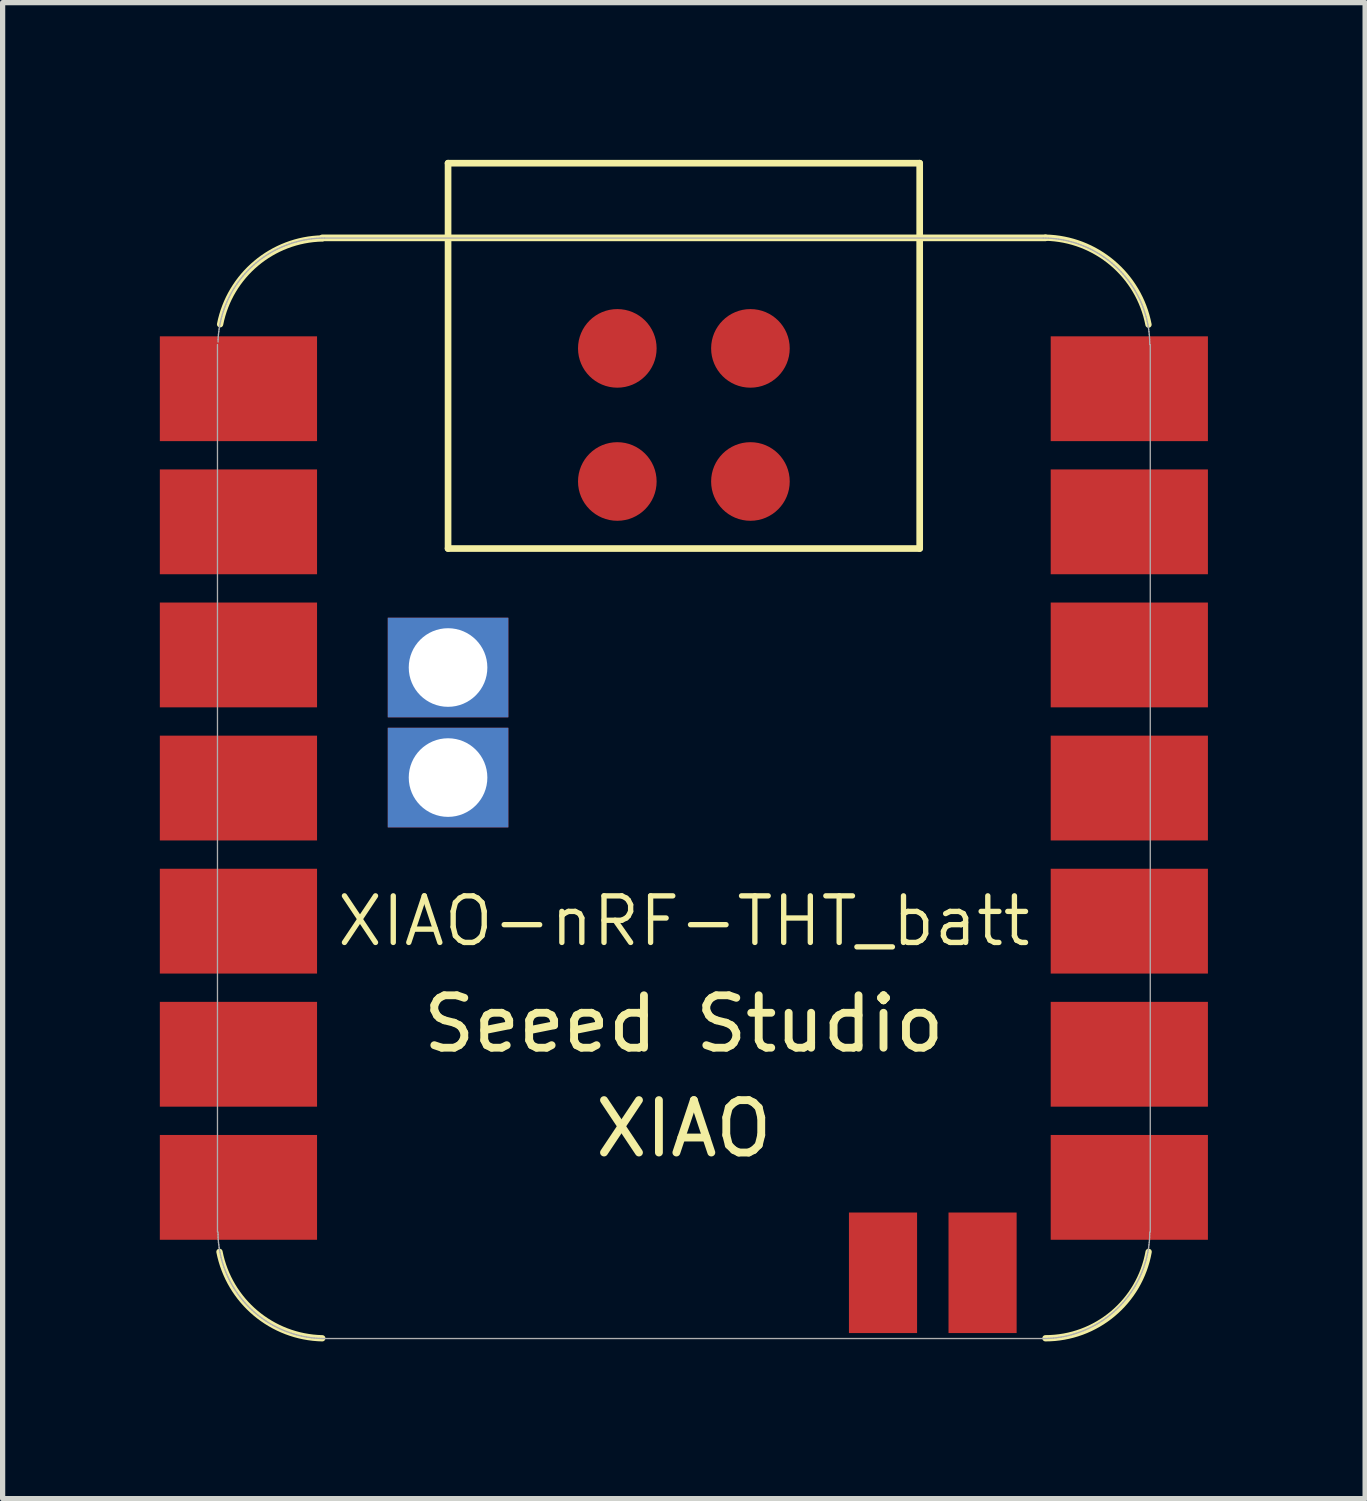
<source format=kicad_pcb>
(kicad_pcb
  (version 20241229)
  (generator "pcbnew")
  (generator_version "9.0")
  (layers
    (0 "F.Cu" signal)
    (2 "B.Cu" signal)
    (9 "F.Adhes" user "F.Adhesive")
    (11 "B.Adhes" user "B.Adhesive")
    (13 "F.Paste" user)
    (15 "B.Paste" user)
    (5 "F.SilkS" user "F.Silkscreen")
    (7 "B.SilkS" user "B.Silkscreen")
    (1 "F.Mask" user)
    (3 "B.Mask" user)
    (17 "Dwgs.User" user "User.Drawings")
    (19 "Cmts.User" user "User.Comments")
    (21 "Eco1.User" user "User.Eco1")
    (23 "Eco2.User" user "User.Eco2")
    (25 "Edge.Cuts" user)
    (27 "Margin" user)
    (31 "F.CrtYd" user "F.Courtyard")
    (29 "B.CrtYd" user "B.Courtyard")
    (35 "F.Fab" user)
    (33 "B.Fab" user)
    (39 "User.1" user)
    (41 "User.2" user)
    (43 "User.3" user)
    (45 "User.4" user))
  (footprint "XIAO-nRF-THT_batt"
    (layer "F.Cu")
    (at 10 11.988)
    (property "Reference" "XIAO-nRF-THT_batt" (at 0 2.54 0) (layer "F.SilkS") (effects (font (size 0.889 0.889) (thickness 0.102))))
    (attr smd)
    (fp_line (start -4.5 -11.924) (end 4.5 -11.924) (stroke (width 0.127) (type solid)) (layer "F.SilkS"))
    (fp_line (start -4.5 -4.571) (end -4.5 -11.924) (stroke (width 0.127) (type solid)) (layer "F.SilkS"))
    (fp_line (start 4.5 -11.924) (end 4.5 -4.571) (stroke (width 0.127) (type solid)) (layer "F.SilkS"))
    (fp_line (start 4.5 -4.571) (end -4.5 -4.571) (stroke (width 0.127) (type solid)) (layer "F.SilkS"))
    (fp_line (start 6.9 -10.499) (end -6.9 -10.499) (stroke (width 0.127) (type solid)) (layer "F.SilkS"))
    (fp_arc (start -8.85 -8.85) (mid -8.163154 -10.01229) (end -6.899743 -10.488176) (stroke (width 0.12) (type solid)) (layer "F.SilkS"))
    (fp_arc (start -6.899996 10.499835) (mid -8.171468 10.020412) (end -8.861848 8.85) (stroke (width 0.12) (type solid)) (layer "F.SilkS"))
    (fp_arc (start 6.900061 -10.502778) (mid 8.176198 -10.020401) (end 8.866158 -8.843469) (stroke (width 0.12) (type solid)) (layer "F.SilkS"))
    (fp_arc (start 8.868662 8.85) (mid 8.184191 10.032639) (end 6.9 10.499532) (stroke (width 0.12) (type solid)) (layer "F.SilkS"))
    (fp_line (start -8.9 -8.463) (end -8.9 8.473) (stroke (width 0.025) (type solid)) (layer "F.Fab"))
    (fp_line (start -8.89 8.473) (end -8.889 8.522) (stroke (width 0.025) (type solid)) (layer "F.Fab"))
    (fp_line (start -8.889 8.522) (end -8.888 8.571) (stroke (width 0.025) (type solid)) (layer "F.Fab"))
    (fp_line (start -8.888 -8.562) (end -8.889 -8.512) (stroke (width 0.025) (type solid)) (layer "F.Fab"))
    (fp_line (start -8.888 8.571) (end -8.885 8.62) (stroke (width 0.025) (type solid)) (layer "F.Fab"))
    (fp_line (start -8.885 -8.61) (end -8.888 -8.562) (stroke (width 0.025) (type solid)) (layer "F.Fab"))
    (fp_line (start -8.885 8.62) (end -8.881 8.669) (stroke (width 0.025) (type solid)) (layer "F.Fab"))
    (fp_line (start -8.881 -8.659) (end -8.885 -8.61) (stroke (width 0.025) (type solid)) (layer "F.Fab"))
    (fp_line (start -8.881 8.669) (end -8.875 8.717) (stroke (width 0.025) (type solid)) (layer "F.Fab"))
    (fp_line (start -8.875 -8.708) (end -8.881 -8.659) (stroke (width 0.025) (type solid)) (layer "F.Fab"))
    (fp_line (start -8.875 8.717) (end -8.869 8.766) (stroke (width 0.025) (type solid)) (layer "F.Fab"))
    (fp_line (start -8.869 -8.757) (end -8.875 -8.708) (stroke (width 0.025) (type solid)) (layer "F.Fab"))
    (fp_line (start -8.869 8.766) (end -8.861 8.815) (stroke (width 0.025) (type solid)) (layer "F.Fab"))
    (fp_line (start -8.861 -8.806) (end -8.869 -8.757) (stroke (width 0.025) (type solid)) (layer "F.Fab"))
    (fp_line (start -8.861 8.815) (end -8.852 8.863) (stroke (width 0.025) (type solid)) (layer "F.Fab"))
    (fp_line (start -8.852 -8.854) (end -8.861 -8.806) (stroke (width 0.025) (type solid)) (layer "F.Fab"))
    (fp_line (start -8.852 8.863) (end -8.842 8.911) (stroke (width 0.025) (type solid)) (layer "F.Fab"))
    (fp_line (start -8.842 -8.902) (end -8.852 -8.854) (stroke (width 0.025) (type solid)) (layer "F.Fab"))
    (fp_line (start -8.842 8.911) (end -8.831 8.959) (stroke (width 0.025) (type solid)) (layer "F.Fab"))
    (fp_line (start -8.831 -8.95) (end -8.842 -8.902) (stroke (width 0.025) (type solid)) (layer "F.Fab"))
    (fp_line (start -8.831 8.959) (end -8.819 9.006) (stroke (width 0.025) (type solid)) (layer "F.Fab"))
    (fp_line (start -8.819 -8.997) (end -8.831 -8.95) (stroke (width 0.025) (type solid)) (layer "F.Fab"))
    (fp_line (start -8.819 9.006) (end -8.805 9.054) (stroke (width 0.025) (type solid)) (layer "F.Fab"))
    (fp_line (start -8.805 -9.045) (end -8.819 -8.997) (stroke (width 0.025) (type solid)) (layer "F.Fab"))
    (fp_line (start -8.805 9.054) (end -8.79 9.1) (stroke (width 0.025) (type solid)) (layer "F.Fab"))
    (fp_line (start -8.79 -9.091) (end -8.805 -9.045) (stroke (width 0.025) (type solid)) (layer "F.Fab"))
    (fp_line (start -8.79 9.1) (end -8.775 9.147) (stroke (width 0.025) (type solid)) (layer "F.Fab"))
    (fp_line (start -8.775 -9.138) (end -8.79 -9.091) (stroke (width 0.025) (type solid)) (layer "F.Fab"))
    (fp_line (start -8.775 9.147) (end -8.758 9.193) (stroke (width 0.025) (type solid)) (layer "F.Fab"))
    (fp_line (start -8.758 -9.184) (end -8.775 -9.138) (stroke (width 0.025) (type solid)) (layer "F.Fab"))
    (fp_line (start -8.758 9.193) (end -8.74 9.239) (stroke (width 0.025) (type solid)) (layer "F.Fab"))
    (fp_line (start -8.74 -9.23) (end -8.758 -9.184) (stroke (width 0.025) (type solid)) (layer "F.Fab"))
    (fp_line (start -8.74 9.239) (end -8.721 9.284) (stroke (width 0.025) (type solid)) (layer "F.Fab"))
    (fp_line (start -8.721 -9.275) (end -8.74 -9.23) (stroke (width 0.025) (type solid)) (layer "F.Fab"))
    (fp_line (start -8.721 9.284) (end -8.701 9.329) (stroke (width 0.025) (type solid)) (layer "F.Fab"))
    (fp_line (start -8.701 -9.32) (end -8.721 -9.275) (stroke (width 0.025) (type solid)) (layer "F.Fab"))
    (fp_line (start -8.701 9.329) (end -8.679 9.373) (stroke (width 0.025) (type solid)) (layer "F.Fab"))
    (fp_line (start -8.679 -9.364) (end -8.701 -9.32) (stroke (width 0.025) (type solid)) (layer "F.Fab"))
    (fp_line (start -8.679 9.373) (end -8.657 9.417) (stroke (width 0.025) (type solid)) (layer "F.Fab"))
    (fp_line (start -8.657 -9.408) (end -8.679 -9.364) (stroke (width 0.025) (type solid)) (layer "F.Fab"))
    (fp_line (start -8.657 9.417) (end -8.634 9.46) (stroke (width 0.025) (type solid)) (layer "F.Fab"))
    (fp_line (start -8.634 -9.451) (end -8.657 -9.408) (stroke (width 0.025) (type solid)) (layer "F.Fab"))
    (fp_line (start -8.634 9.46) (end -8.61 9.503) (stroke (width 0.025) (type solid)) (layer "F.Fab"))
    (fp_line (start -8.61 -9.494) (end -8.634 -9.451) (stroke (width 0.025) (type solid)) (layer "F.Fab"))
    (fp_line (start -8.61 9.503) (end -8.584 9.545) (stroke (width 0.025) (type solid)) (layer "F.Fab"))
    (fp_line (start -8.584 -9.536) (end -8.61 -9.494) (stroke (width 0.025) (type solid)) (layer "F.Fab"))
    (fp_line (start -8.584 9.545) (end -8.558 9.586) (stroke (width 0.025) (type solid)) (layer "F.Fab"))
    (fp_line (start -8.558 -9.577) (end -8.584 -9.536) (stroke (width 0.025) (type solid)) (layer "F.Fab"))
    (fp_line (start -8.558 9.586) (end -8.53 9.627) (stroke (width 0.025) (type solid)) (layer "F.Fab"))
    (fp_line (start -8.53 -9.618) (end -8.558 -9.577) (stroke (width 0.025) (type solid)) (layer "F.Fab"))
    (fp_line (start -8.53 9.627) (end -8.502 9.667) (stroke (width 0.025) (type solid)) (layer "F.Fab"))
    (fp_line (start -8.502 -9.658) (end -8.53 -9.618) (stroke (width 0.025) (type solid)) (layer "F.Fab"))
    (fp_line (start -8.502 9.667) (end -8.473 9.706) (stroke (width 0.025) (type solid)) (layer "F.Fab"))
    (fp_line (start -8.473 -9.697) (end -8.502 -9.658) (stroke (width 0.025) (type solid)) (layer "F.Fab"))
    (fp_line (start -8.473 9.706) (end -8.442 9.745) (stroke (width 0.025) (type solid)) (layer "F.Fab"))
    (fp_line (start -8.442 -9.736) (end -8.473 -9.697) (stroke (width 0.025) (type solid)) (layer "F.Fab"))
    (fp_line (start -8.442 9.745) (end -8.411 9.783) (stroke (width 0.025) (type solid)) (layer "F.Fab"))
    (fp_line (start -8.411 -9.774) (end -8.442 -9.736) (stroke (width 0.025) (type solid)) (layer "F.Fab"))
    (fp_line (start -8.411 9.783) (end -8.379 9.82) (stroke (width 0.025) (type solid)) (layer "F.Fab"))
    (fp_line (start -8.379 -9.811) (end -8.411 -9.774) (stroke (width 0.025) (type solid)) (layer "F.Fab"))
    (fp_line (start -8.379 9.82) (end -8.346 9.856) (stroke (width 0.025) (type solid)) (layer "F.Fab"))
    (fp_line (start -8.346 -9.847) (end -8.379 -9.811) (stroke (width 0.025) (type solid)) (layer "F.Fab"))
    (fp_line (start -8.346 9.856) (end -8.312 9.892) (stroke (width 0.025) (type solid)) (layer "F.Fab"))
    (fp_line (start -8.312 -9.883) (end -8.346 -9.847) (stroke (width 0.025) (type solid)) (layer "F.Fab"))
    (fp_line (start -8.312 9.892) (end -8.277 9.927) (stroke (width 0.025) (type solid)) (layer "F.Fab"))
    (fp_line (start -8.277 -9.918) (end -8.312 -9.883) (stroke (width 0.025) (type solid)) (layer "F.Fab"))
    (fp_line (start -8.277 9.927) (end -8.242 9.96) (stroke (width 0.025) (type solid)) (layer "F.Fab"))
    (fp_line (start -8.242 -9.951) (end -8.277 -9.918) (stroke (width 0.025) (type solid)) (layer "F.Fab"))
    (fp_line (start -8.242 9.96) (end -8.205 9.994) (stroke (width 0.025) (type solid)) (layer "F.Fab"))
    (fp_line (start -8.205 -9.984) (end -8.242 -9.951) (stroke (width 0.025) (type solid)) (layer "F.Fab"))
    (fp_line (start -8.205 9.994) (end -8.168 10.026) (stroke (width 0.025) (type solid)) (layer "F.Fab"))
    (fp_line (start -8.168 -10.017) (end -8.205 -9.984) (stroke (width 0.025) (type solid)) (layer "F.Fab"))
    (fp_line (start -8.168 10.026) (end -8.13 10.057) (stroke (width 0.025) (type solid)) (layer "F.Fab"))
    (fp_line (start -8.13 -10.048) (end -8.168 -10.017) (stroke (width 0.025) (type solid)) (layer "F.Fab"))
    (fp_line (start -8.13 10.057) (end -8.092 10.087) (stroke (width 0.025) (type solid)) (layer "F.Fab"))
    (fp_line (start -8.092 -10.078) (end -8.13 -10.048) (stroke (width 0.025) (type solid)) (layer "F.Fab"))
    (fp_line (start -8.092 10.087) (end -8.052 10.116) (stroke (width 0.025) (type solid)) (layer "F.Fab"))
    (fp_line (start -8.052 -10.107) (end -8.092 -10.078) (stroke (width 0.025) (type solid)) (layer "F.Fab"))
    (fp_line (start -8.052 10.116) (end -8.012 10.145) (stroke (width 0.025) (type solid)) (layer "F.Fab"))
    (fp_line (start -8.012 -10.136) (end -8.052 -10.107) (stroke (width 0.025) (type solid)) (layer "F.Fab"))
    (fp_line (start -8.012 10.145) (end -7.972 10.172) (stroke (width 0.025) (type solid)) (layer "F.Fab"))
    (fp_line (start -7.972 -10.163) (end -8.012 -10.136) (stroke (width 0.025) (type solid)) (layer "F.Fab"))
    (fp_line (start -7.972 10.172) (end -7.93 10.199) (stroke (width 0.025) (type solid)) (layer "F.Fab"))
    (fp_line (start -7.93 -10.19) (end -7.972 -10.163) (stroke (width 0.025) (type solid)) (layer "F.Fab"))
    (fp_line (start -7.93 10.199) (end -7.888 10.224) (stroke (width 0.025) (type solid)) (layer "F.Fab"))
    (fp_line (start -7.888 -10.215) (end -7.93 -10.19) (stroke (width 0.025) (type solid)) (layer "F.Fab"))
    (fp_line (start -7.888 10.224) (end -7.846 10.249) (stroke (width 0.025) (type solid)) (layer "F.Fab"))
    (fp_line (start -7.846 -10.239) (end -7.888 -10.215) (stroke (width 0.025) (type solid)) (layer "F.Fab"))
    (fp_line (start -7.846 10.249) (end -7.802 10.272) (stroke (width 0.025) (type solid)) (layer "F.Fab"))
    (fp_line (start -7.802 -10.263) (end -7.846 -10.239) (stroke (width 0.025) (type solid)) (layer "F.Fab"))
    (fp_line (start -7.802 10.272) (end -7.759 10.294) (stroke (width 0.025) (type solid)) (layer "F.Fab"))
    (fp_line (start -7.759 -10.285) (end -7.802 -10.263) (stroke (width 0.025) (type solid)) (layer "F.Fab"))
    (fp_line (start -7.759 10.294) (end -7.714 10.315) (stroke (width 0.025) (type solid)) (layer "F.Fab"))
    (fp_line (start -7.714 -10.306) (end -7.759 -10.285) (stroke (width 0.025) (type solid)) (layer "F.Fab"))
    (fp_line (start -7.714 10.315) (end -7.67 10.335) (stroke (width 0.025) (type solid)) (layer "F.Fab"))
    (fp_line (start -7.67 -10.326) (end -7.714 -10.306) (stroke (width 0.025) (type solid)) (layer "F.Fab"))
    (fp_line (start -7.67 10.335) (end -7.624 10.354) (stroke (width 0.025) (type solid)) (layer "F.Fab"))
    (fp_line (start -7.624 -10.345) (end -7.67 -10.326) (stroke (width 0.025) (type solid)) (layer "F.Fab"))
    (fp_line (start -7.624 10.354) (end -7.579 10.372) (stroke (width 0.025) (type solid)) (layer "F.Fab"))
    (fp_line (start -7.579 -10.363) (end -7.624 -10.345) (stroke (width 0.025) (type solid)) (layer "F.Fab"))
    (fp_line (start -7.579 10.372) (end -7.532 10.389) (stroke (width 0.025) (type solid)) (layer "F.Fab"))
    (fp_line (start -7.532 -10.38) (end -7.579 -10.363) (stroke (width 0.025) (type solid)) (layer "F.Fab"))
    (fp_line (start -7.532 10.389) (end -7.486 10.405) (stroke (width 0.025) (type solid)) (layer "F.Fab"))
    (fp_line (start -7.486 -10.396) (end -7.532 -10.38) (stroke (width 0.025) (type solid)) (layer "F.Fab"))
    (fp_line (start -7.486 10.405) (end -7.439 10.42) (stroke (width 0.025) (type solid)) (layer "F.Fab"))
    (fp_line (start -7.439 -10.411) (end -7.486 -10.396) (stroke (width 0.025) (type solid)) (layer "F.Fab"))
    (fp_line (start -7.439 10.42) (end -7.392 10.433) (stroke (width 0.025) (type solid)) (layer "F.Fab"))
    (fp_line (start -7.392 -10.424) (end -7.439 -10.411) (stroke (width 0.025) (type solid)) (layer "F.Fab"))
    (fp_line (start -7.392 10.433) (end -7.344 10.446) (stroke (width 0.025) (type solid)) (layer "F.Fab"))
    (fp_line (start -7.344 -10.436) (end -7.392 -10.424) (stroke (width 0.025) (type solid)) (layer "F.Fab"))
    (fp_line (start -7.344 10.446) (end -7.296 10.457) (stroke (width 0.025) (type solid)) (layer "F.Fab"))
    (fp_line (start -7.296 -10.448) (end -7.344 -10.436) (stroke (width 0.025) (type solid)) (layer "F.Fab"))
    (fp_line (start -7.296 10.457) (end -7.248 10.467) (stroke (width 0.025) (type solid)) (layer "F.Fab"))
    (fp_line (start -7.248 -10.458) (end -7.296 -10.448) (stroke (width 0.025) (type solid)) (layer "F.Fab"))
    (fp_line (start -7.248 10.467) (end -7.2 10.476) (stroke (width 0.025) (type solid)) (layer "F.Fab"))
    (fp_line (start -7.2 -10.466) (end -7.248 -10.458) (stroke (width 0.025) (type solid)) (layer "F.Fab"))
    (fp_line (start -7.2 10.476) (end -7.152 10.483) (stroke (width 0.025) (type solid)) (layer "F.Fab"))
    (fp_line (start -7.152 -10.474) (end -7.2 -10.466) (stroke (width 0.025) (type solid)) (layer "F.Fab"))
    (fp_line (start -7.152 10.483) (end -7.103 10.49) (stroke (width 0.025) (type solid)) (layer "F.Fab"))
    (fp_line (start -7.103 -10.481) (end -7.152 -10.474) (stroke (width 0.025) (type solid)) (layer "F.Fab"))
    (fp_line (start -7.103 10.49) (end -7.054 10.495) (stroke (width 0.025) (type solid)) (layer "F.Fab"))
    (fp_line (start -7.054 -10.486) (end -7.103 -10.481) (stroke (width 0.025) (type solid)) (layer "F.Fab"))
    (fp_line (start -7.054 10.495) (end -7.005 10.499) (stroke (width 0.025) (type solid)) (layer "F.Fab"))
    (fp_line (start -7.005 -10.49) (end -7.054 -10.486) (stroke (width 0.025) (type solid)) (layer "F.Fab"))
    (fp_line (start -7.005 10.499) (end -6.956 10.502) (stroke (width 0.025) (type solid)) (layer "F.Fab"))
    (fp_line (start -6.956 -10.493) (end -7.005 -10.49) (stroke (width 0.025) (type solid)) (layer "F.Fab"))
    (fp_line (start -6.956 10.502) (end -6.907 10.504) (stroke (width 0.025) (type solid)) (layer "F.Fab"))
    (fp_line (start -6.907 -10.495) (end -6.956 -10.493) (stroke (width 0.025) (type solid)) (layer "F.Fab"))
    (fp_line (start -6.907 10.504) (end -6.858 10.505) (stroke (width 0.025) (type solid)) (layer "F.Fab"))
    (fp_line (start -6.858 -10.495) (end -6.907 -10.495) (stroke (width 0.025) (type solid)) (layer "F.Fab"))
    (fp_line (start -6.858 10.505) (end 6.858 10.505) (stroke (width 0.025) (type solid)) (layer "F.Fab"))
    (fp_line (start 6.858 -10.495) (end -6.858 -10.495) (stroke (width 0.025) (type solid)) (layer "F.Fab"))
    (fp_line (start 6.858 10.505) (end 6.907 10.504) (stroke (width 0.025) (type solid)) (layer "F.Fab"))
    (fp_line (start 6.907 -10.495) (end 6.858 -10.495) (stroke (width 0.025) (type solid)) (layer "F.Fab"))
    (fp_line (start 6.907 10.504) (end 6.956 10.502) (stroke (width 0.025) (type solid)) (layer "F.Fab"))
    (fp_line (start 6.956 -10.493) (end 6.907 -10.495) (stroke (width 0.025) (type solid)) (layer "F.Fab"))
    (fp_line (start 6.956 10.502) (end 7.005 10.499) (stroke (width 0.025) (type solid)) (layer "F.Fab"))
    (fp_line (start 7.005 -10.49) (end 6.956 -10.493) (stroke (width 0.025) (type solid)) (layer "F.Fab"))
    (fp_line (start 7.005 10.499) (end 7.054 10.495) (stroke (width 0.025) (type solid)) (layer "F.Fab"))
    (fp_line (start 7.054 -10.486) (end 7.005 -10.49) (stroke (width 0.025) (type solid)) (layer "F.Fab"))
    (fp_line (start 7.054 10.495) (end 7.103 10.49) (stroke (width 0.025) (type solid)) (layer "F.Fab"))
    (fp_line (start 7.103 -10.481) (end 7.054 -10.486) (stroke (width 0.025) (type solid)) (layer "F.Fab"))
    (fp_line (start 7.103 10.49) (end 7.152 10.483) (stroke (width 0.025) (type solid)) (layer "F.Fab"))
    (fp_line (start 7.152 -10.474) (end 7.103 -10.481) (stroke (width 0.025) (type solid)) (layer "F.Fab"))
    (fp_line (start 7.152 10.483) (end 7.2 10.476) (stroke (width 0.025) (type solid)) (layer "F.Fab"))
    (fp_line (start 7.2 -10.466) (end 7.152 -10.474) (stroke (width 0.025) (type solid)) (layer "F.Fab"))
    (fp_line (start 7.2 10.476) (end 7.248 10.467) (stroke (width 0.025) (type solid)) (layer "F.Fab"))
    (fp_line (start 7.248 -10.458) (end 7.2 -10.466) (stroke (width 0.025) (type solid)) (layer "F.Fab"))
    (fp_line (start 7.248 10.467) (end 7.296 10.457) (stroke (width 0.025) (type solid)) (layer "F.Fab"))
    (fp_line (start 7.296 -10.448) (end 7.248 -10.458) (stroke (width 0.025) (type solid)) (layer "F.Fab"))
    (fp_line (start 7.296 10.457) (end 7.344 10.446) (stroke (width 0.025) (type solid)) (layer "F.Fab"))
    (fp_line (start 7.344 -10.436) (end 7.296 -10.448) (stroke (width 0.025) (type solid)) (layer "F.Fab"))
    (fp_line (start 7.344 10.446) (end 7.392 10.433) (stroke (width 0.025) (type solid)) (layer "F.Fab"))
    (fp_line (start 7.392 -10.424) (end 7.344 -10.436) (stroke (width 0.025) (type solid)) (layer "F.Fab"))
    (fp_line (start 7.392 10.433) (end 7.439 10.42) (stroke (width 0.025) (type solid)) (layer "F.Fab"))
    (fp_line (start 7.439 -10.411) (end 7.392 -10.424) (stroke (width 0.025) (type solid)) (layer "F.Fab"))
    (fp_line (start 7.439 10.42) (end 7.486 10.405) (stroke (width 0.025) (type solid)) (layer "F.Fab"))
    (fp_line (start 7.486 -10.396) (end 7.439 -10.411) (stroke (width 0.025) (type solid)) (layer "F.Fab"))
    (fp_line (start 7.486 10.405) (end 7.532 10.389) (stroke (width 0.025) (type solid)) (layer "F.Fab"))
    (fp_line (start 7.532 -10.38) (end 7.486 -10.396) (stroke (width 0.025) (type solid)) (layer "F.Fab"))
    (fp_line (start 7.532 10.389) (end 7.579 10.372) (stroke (width 0.025) (type solid)) (layer "F.Fab"))
    (fp_line (start 7.579 -10.363) (end 7.532 -10.38) (stroke (width 0.025) (type solid)) (layer "F.Fab"))
    (fp_line (start 7.579 10.372) (end 7.624 10.354) (stroke (width 0.025) (type solid)) (layer "F.Fab"))
    (fp_line (start 7.624 -10.345) (end 7.579 -10.363) (stroke (width 0.025) (type solid)) (layer "F.Fab"))
    (fp_line (start 7.624 10.354) (end 7.67 10.335) (stroke (width 0.025) (type solid)) (layer "F.Fab"))
    (fp_line (start 7.67 -10.326) (end 7.624 -10.345) (stroke (width 0.025) (type solid)) (layer "F.Fab"))
    (fp_line (start 7.67 10.335) (end 7.714 10.315) (stroke (width 0.025) (type solid)) (layer "F.Fab"))
    (fp_line (start 7.714 -10.306) (end 7.67 -10.326) (stroke (width 0.025) (type solid)) (layer "F.Fab"))
    (fp_line (start 7.714 10.315) (end 7.759 10.294) (stroke (width 0.025) (type solid)) (layer "F.Fab"))
    (fp_line (start 7.759 -10.285) (end 7.714 -10.306) (stroke (width 0.025) (type solid)) (layer "F.Fab"))
    (fp_line (start 7.759 10.294) (end 7.802 10.272) (stroke (width 0.025) (type solid)) (layer "F.Fab"))
    (fp_line (start 7.802 -10.263) (end 7.759 -10.285) (stroke (width 0.025) (type solid)) (layer "F.Fab"))
    (fp_line (start 7.802 10.272) (end 7.846 10.249) (stroke (width 0.025) (type solid)) (layer "F.Fab"))
    (fp_line (start 7.846 -10.239) (end 7.802 -10.263) (stroke (width 0.025) (type solid)) (layer "F.Fab"))
    (fp_line (start 7.846 10.249) (end 7.888 10.224) (stroke (width 0.025) (type solid)) (layer "F.Fab"))
    (fp_line (start 7.888 -10.215) (end 7.846 -10.239) (stroke (width 0.025) (type solid)) (layer "F.Fab"))
    (fp_line (start 7.888 10.224) (end 7.93 10.199) (stroke (width 0.025) (type solid)) (layer "F.Fab"))
    (fp_line (start 7.93 -10.19) (end 7.888 -10.215) (stroke (width 0.025) (type solid)) (layer "F.Fab"))
    (fp_line (start 7.93 10.199) (end 7.972 10.172) (stroke (width 0.025) (type solid)) (layer "F.Fab"))
    (fp_line (start 7.972 -10.163) (end 7.93 -10.19) (stroke (width 0.025) (type solid)) (layer "F.Fab"))
    (fp_line (start 7.972 10.172) (end 8.012 10.145) (stroke (width 0.025) (type solid)) (layer "F.Fab"))
    (fp_line (start 8.012 -10.136) (end 7.972 -10.163) (stroke (width 0.025) (type solid)) (layer "F.Fab"))
    (fp_line (start 8.012 10.145) (end 8.052 10.116) (stroke (width 0.025) (type solid)) (layer "F.Fab"))
    (fp_line (start 8.052 -10.107) (end 8.012 -10.136) (stroke (width 0.025) (type solid)) (layer "F.Fab"))
    (fp_line (start 8.052 10.116) (end 8.092 10.087) (stroke (width 0.025) (type solid)) (layer "F.Fab"))
    (fp_line (start 8.092 -10.078) (end 8.052 -10.107) (stroke (width 0.025) (type solid)) (layer "F.Fab"))
    (fp_line (start 8.092 10.087) (end 8.13 10.057) (stroke (width 0.025) (type solid)) (layer "F.Fab"))
    (fp_line (start 8.13 -10.048) (end 8.092 -10.078) (stroke (width 0.025) (type solid)) (layer "F.Fab"))
    (fp_line (start 8.13 10.057) (end 8.168 10.026) (stroke (width 0.025) (type solid)) (layer "F.Fab"))
    (fp_line (start 8.168 -10.017) (end 8.13 -10.048) (stroke (width 0.025) (type solid)) (layer "F.Fab"))
    (fp_line (start 8.168 10.026) (end 8.205 9.994) (stroke (width 0.025) (type solid)) (layer "F.Fab"))
    (fp_line (start 8.205 -9.984) (end 8.168 -10.017) (stroke (width 0.025) (type solid)) (layer "F.Fab"))
    (fp_line (start 8.205 9.994) (end 8.242 9.96) (stroke (width 0.025) (type solid)) (layer "F.Fab"))
    (fp_line (start 8.242 -9.951) (end 8.205 -9.984) (stroke (width 0.025) (type solid)) (layer "F.Fab"))
    (fp_line (start 8.242 9.96) (end 8.277 9.927) (stroke (width 0.025) (type solid)) (layer "F.Fab"))
    (fp_line (start 8.277 -9.918) (end 8.242 -9.951) (stroke (width 0.025) (type solid)) (layer "F.Fab"))
    (fp_line (start 8.277 9.927) (end 8.312 9.892) (stroke (width 0.025) (type solid)) (layer "F.Fab"))
    (fp_line (start 8.312 -9.883) (end 8.277 -9.918) (stroke (width 0.025) (type solid)) (layer "F.Fab"))
    (fp_line (start 8.312 9.892) (end 8.346 9.856) (stroke (width 0.025) (type solid)) (layer "F.Fab"))
    (fp_line (start 8.346 -9.847) (end 8.312 -9.883) (stroke (width 0.025) (type solid)) (layer "F.Fab"))
    (fp_line (start 8.346 9.856) (end 8.379 9.82) (stroke (width 0.025) (type solid)) (layer "F.Fab"))
    (fp_line (start 8.379 -9.811) (end 8.346 -9.847) (stroke (width 0.025) (type solid)) (layer "F.Fab"))
    (fp_line (start 8.379 9.82) (end 8.411 9.783) (stroke (width 0.025) (type solid)) (layer "F.Fab"))
    (fp_line (start 8.411 -9.774) (end 8.379 -9.811) (stroke (width 0.025) (type solid)) (layer "F.Fab"))
    (fp_line (start 8.411 9.783) (end 8.442 9.745) (stroke (width 0.025) (type solid)) (layer "F.Fab"))
    (fp_line (start 8.442 -9.736) (end 8.411 -9.774) (stroke (width 0.025) (type solid)) (layer "F.Fab"))
    (fp_line (start 8.442 9.745) (end 8.473 9.706) (stroke (width 0.025) (type solid)) (layer "F.Fab"))
    (fp_line (start 8.473 -9.697) (end 8.442 -9.736) (stroke (width 0.025) (type solid)) (layer "F.Fab"))
    (fp_line (start 8.473 9.706) (end 8.502 9.667) (stroke (width 0.025) (type solid)) (layer "F.Fab"))
    (fp_line (start 8.502 -9.658) (end 8.473 -9.697) (stroke (width 0.025) (type solid)) (layer "F.Fab"))
    (fp_line (start 8.502 9.667) (end 8.53 9.627) (stroke (width 0.025) (type solid)) (layer "F.Fab"))
    (fp_line (start 8.53 -9.618) (end 8.502 -9.658) (stroke (width 0.025) (type solid)) (layer "F.Fab"))
    (fp_line (start 8.53 9.627) (end 8.558 9.586) (stroke (width 0.025) (type solid)) (layer "F.Fab"))
    (fp_line (start 8.558 -9.577) (end 8.53 -9.618) (stroke (width 0.025) (type solid)) (layer "F.Fab"))
    (fp_line (start 8.558 9.586) (end 8.584 9.545) (stroke (width 0.025) (type solid)) (layer "F.Fab"))
    (fp_line (start 8.584 -9.536) (end 8.558 -9.577) (stroke (width 0.025) (type solid)) (layer "F.Fab"))
    (fp_line (start 8.584 9.545) (end 8.61 9.503) (stroke (width 0.025) (type solid)) (layer "F.Fab"))
    (fp_line (start 8.61 -9.494) (end 8.584 -9.536) (stroke (width 0.025) (type solid)) (layer "F.Fab"))
    (fp_line (start 8.61 9.503) (end 8.634 9.46) (stroke (width 0.025) (type solid)) (layer "F.Fab"))
    (fp_line (start 8.634 -9.451) (end 8.61 -9.494) (stroke (width 0.025) (type solid)) (layer "F.Fab"))
    (fp_line (start 8.634 9.46) (end 8.657 9.417) (stroke (width 0.025) (type solid)) (layer "F.Fab"))
    (fp_line (start 8.657 -9.408) (end 8.634 -9.451) (stroke (width 0.025) (type solid)) (layer "F.Fab"))
    (fp_line (start 8.657 9.417) (end 8.679 9.373) (stroke (width 0.025) (type solid)) (layer "F.Fab"))
    (fp_line (start 8.679 -9.364) (end 8.657 -9.408) (stroke (width 0.025) (type solid)) (layer "F.Fab"))
    (fp_line (start 8.679 9.373) (end 8.701 9.329) (stroke (width 0.025) (type solid)) (layer "F.Fab"))
    (fp_line (start 8.701 -9.32) (end 8.679 -9.364) (stroke (width 0.025) (type solid)) (layer "F.Fab"))
    (fp_line (start 8.701 9.329) (end 8.721 9.284) (stroke (width 0.025) (type solid)) (layer "F.Fab"))
    (fp_line (start 8.721 -9.275) (end 8.701 -9.32) (stroke (width 0.025) (type solid)) (layer "F.Fab"))
    (fp_line (start 8.721 9.284) (end 8.74 9.239) (stroke (width 0.025) (type solid)) (layer "F.Fab"))
    (fp_line (start 8.74 -9.23) (end 8.721 -9.275) (stroke (width 0.025) (type solid)) (layer "F.Fab"))
    (fp_line (start 8.74 9.239) (end 8.758 9.193) (stroke (width 0.025) (type solid)) (layer "F.Fab"))
    (fp_line (start 8.758 -9.184) (end 8.74 -9.23) (stroke (width 0.025) (type solid)) (layer "F.Fab"))
    (fp_line (start 8.758 9.193) (end 8.775 9.147) (stroke (width 0.025) (type solid)) (layer "F.Fab"))
    (fp_line (start 8.775 -9.138) (end 8.758 -9.184) (stroke (width 0.025) (type solid)) (layer "F.Fab"))
    (fp_line (start 8.775 9.147) (end 8.79 9.1) (stroke (width 0.025) (type solid)) (layer "F.Fab"))
    (fp_line (start 8.79 -9.091) (end 8.775 -9.138) (stroke (width 0.025) (type solid)) (layer "F.Fab"))
    (fp_line (start 8.79 9.1) (end 8.805 9.054) (stroke (width 0.025) (type solid)) (layer "F.Fab"))
    (fp_line (start 8.805 -9.045) (end 8.79 -9.091) (stroke (width 0.025) (type solid)) (layer "F.Fab"))
    (fp_line (start 8.805 9.054) (end 8.819 9.006) (stroke (width 0.025) (type solid)) (layer "F.Fab"))
    (fp_line (start 8.819 -8.997) (end 8.805 -9.045) (stroke (width 0.025) (type solid)) (layer "F.Fab"))
    (fp_line (start 8.819 9.006) (end 8.831 8.959) (stroke (width 0.025) (type solid)) (layer "F.Fab"))
    (fp_line (start 8.831 -8.95) (end 8.819 -8.997) (stroke (width 0.025) (type solid)) (layer "F.Fab"))
    (fp_line (start 8.831 8.959) (end 8.842 8.911) (stroke (width 0.025) (type solid)) (layer "F.Fab"))
    (fp_line (start 8.842 -8.902) (end 8.831 -8.95) (stroke (width 0.025) (type solid)) (layer "F.Fab"))
    (fp_line (start 8.842 8.911) (end 8.852 8.863) (stroke (width 0.025) (type solid)) (layer "F.Fab"))
    (fp_line (start 8.852 -8.854) (end 8.842 -8.902) (stroke (width 0.025) (type solid)) (layer "F.Fab"))
    (fp_line (start 8.852 8.863) (end 8.861 8.815) (stroke (width 0.025) (type solid)) (layer "F.Fab"))
    (fp_line (start 8.861 -8.806) (end 8.852 -8.854) (stroke (width 0.025) (type solid)) (layer "F.Fab"))
    (fp_line (start 8.861 8.815) (end 8.869 8.766) (stroke (width 0.025) (type solid)) (layer "F.Fab"))
    (fp_line (start 8.869 -8.757) (end 8.861 -8.806) (stroke (width 0.025) (type solid)) (layer "F.Fab"))
    (fp_line (start 8.869 8.766) (end 8.875 8.717) (stroke (width 0.025) (type solid)) (layer "F.Fab"))
    (fp_line (start 8.875 -8.708) (end 8.869 -8.757) (stroke (width 0.025) (type solid)) (layer "F.Fab"))
    (fp_line (start 8.875 8.717) (end 8.881 8.669) (stroke (width 0.025) (type solid)) (layer "F.Fab"))
    (fp_line (start 8.881 -8.659) (end 8.875 -8.708) (stroke (width 0.025) (type solid)) (layer "F.Fab"))
    (fp_line (start 8.881 8.669) (end 8.885 8.62) (stroke (width 0.025) (type solid)) (layer "F.Fab"))
    (fp_line (start 8.885 -8.61) (end 8.881 -8.659) (stroke (width 0.025) (type solid)) (layer "F.Fab"))
    (fp_line (start 8.885 8.62) (end 8.888 8.571) (stroke (width 0.025) (type solid)) (layer "F.Fab"))
    (fp_line (start 8.888 -8.562) (end 8.885 -8.61) (stroke (width 0.025) (type solid)) (layer "F.Fab"))
    (fp_line (start 8.888 8.571) (end 8.889 8.522) (stroke (width 0.025) (type solid)) (layer "F.Fab"))
    (fp_line (start 8.889 -8.512) (end 8.888 -8.562) (stroke (width 0.025) (type solid)) (layer "F.Fab"))
    (fp_line (start 8.889 8.522) (end 8.89 8.473) (stroke (width 0.025) (type solid)) (layer "F.Fab"))
    (fp_line (start 8.89 -8.463) (end 8.889 -8.512) (stroke (width 0.025) (type solid)) (layer "F.Fab"))
    (fp_line (start 8.9 8.473) (end 8.9 -8.463) (stroke (width 0.025) (type solid)) (layer "F.Fab"))
    (fp_text user "Seeed Studio" (at 0 4.5 0) (unlocked yes) (layer "F.SilkS") (effects (font (size 1 1) (thickness 0.15))))
    (fp_text user "XIAO" (at 0 6.5 0) (unlocked yes) (layer "F.SilkS") (effects (font (size 1 1) (thickness 0.15))))
    (pad "1" smd rect (at -8.5 -7.62) (size 3 2) (layers "F.Cu" "F.Mask" "F.Paste"))
    (pad "2" smd rect (at -8.5 -5.08) (size 3 2) (layers "F.Cu" "F.Mask" "F.Paste"))
    (pad "3" smd rect (at -8.5 -2.54) (size 3 2) (layers "F.Cu" "F.Mask" "F.Paste"))
    (pad "4" smd rect (at -8.5 0) (size 3 2) (layers "F.Cu" "F.Mask" "F.Paste"))
    (pad "5" smd rect (at -8.5 2.54) (size 3 2) (layers "F.Cu" "F.Mask" "F.Paste"))
    (pad "6" smd rect (at -8.5 5.08 180) (size 3 2) (layers "F.Cu" "F.Mask" "F.Paste"))
    (pad "7" smd rect (at -8.5 7.62) (size 3 2) (layers "F.Cu" "F.Mask" "F.Paste"))
    (pad "8" smd rect (at 8.5 7.62) (size 3 2) (layers "F.Cu" "F.Mask" "F.Paste"))
    (pad "9" smd rect (at 8.5 5.08) (size 3 2) (layers "F.Cu" "F.Mask" "F.Paste"))
    (pad "10" smd rect (at 8.5 2.54) (size 3 2) (layers "F.Cu" "F.Mask" "F.Paste"))
    (pad "11" smd rect (at 8.5 0) (size 3 2) (layers "F.Cu" "F.Mask" "F.Paste"))
    (pad "12" smd rect (at 8.5 -2.54) (size 3 2) (layers "F.Cu" "F.Mask" "F.Paste"))
    (pad "13" smd rect (at 8.5 -5.08) (size 3 2) (layers "F.Cu" "F.Mask" "F.Paste"))
    (pad "14" smd rect (at 8.5 -7.62) (size 3 2) (layers "F.Cu" "F.Mask" "F.Paste"))
    (pad "15" smd circle (at -1.27 -8.39 90) (size 1.5 1.5) (layers "F.Cu" "F.Mask" "F.Paste"))
    (pad "16" smd circle (at 1.27 -8.39 90) (size 1.5 1.5) (layers "F.Cu" "F.Mask" "F.Paste"))
    (pad "17" smd circle (at -1.27 -5.85 90) (size 1.5 1.5) (layers "F.Cu" "F.Mask" "F.Paste"))
    (pad "18" smd circle (at 1.27 -5.85 90) (size 1.5 1.5) (layers "F.Cu" "F.Mask" "F.Paste"))
    (pad "19" smd rect (at 3.8 9.25 90) (size 2.3 1.3) (layers "F.Cu" "F.Mask" "F.Paste"))
    (pad "20" smd rect (at 5.7 9.25 90) (size 2.3 1.3) (layers "F.Cu" "F.Mask" "F.Paste"))
    (pad "21" thru_hole rect (at -4.5 -2.3 180) (size 2.3 1.9) (drill 1.5) (layers "*.Cu" "*.Mask"))
    (pad "22" thru_hole rect (at -4.5 -0.2 180) (size 2.3 1.9) (drill 1.5) (layers "*.Cu" "*.Mask")))
  (gr_rect
    (start -3 -3)
    (end 23 25.547)
    (stroke (width 0.1) (type default))
    (fill no)
    (layer "Edge.Cuts")))
</source>
